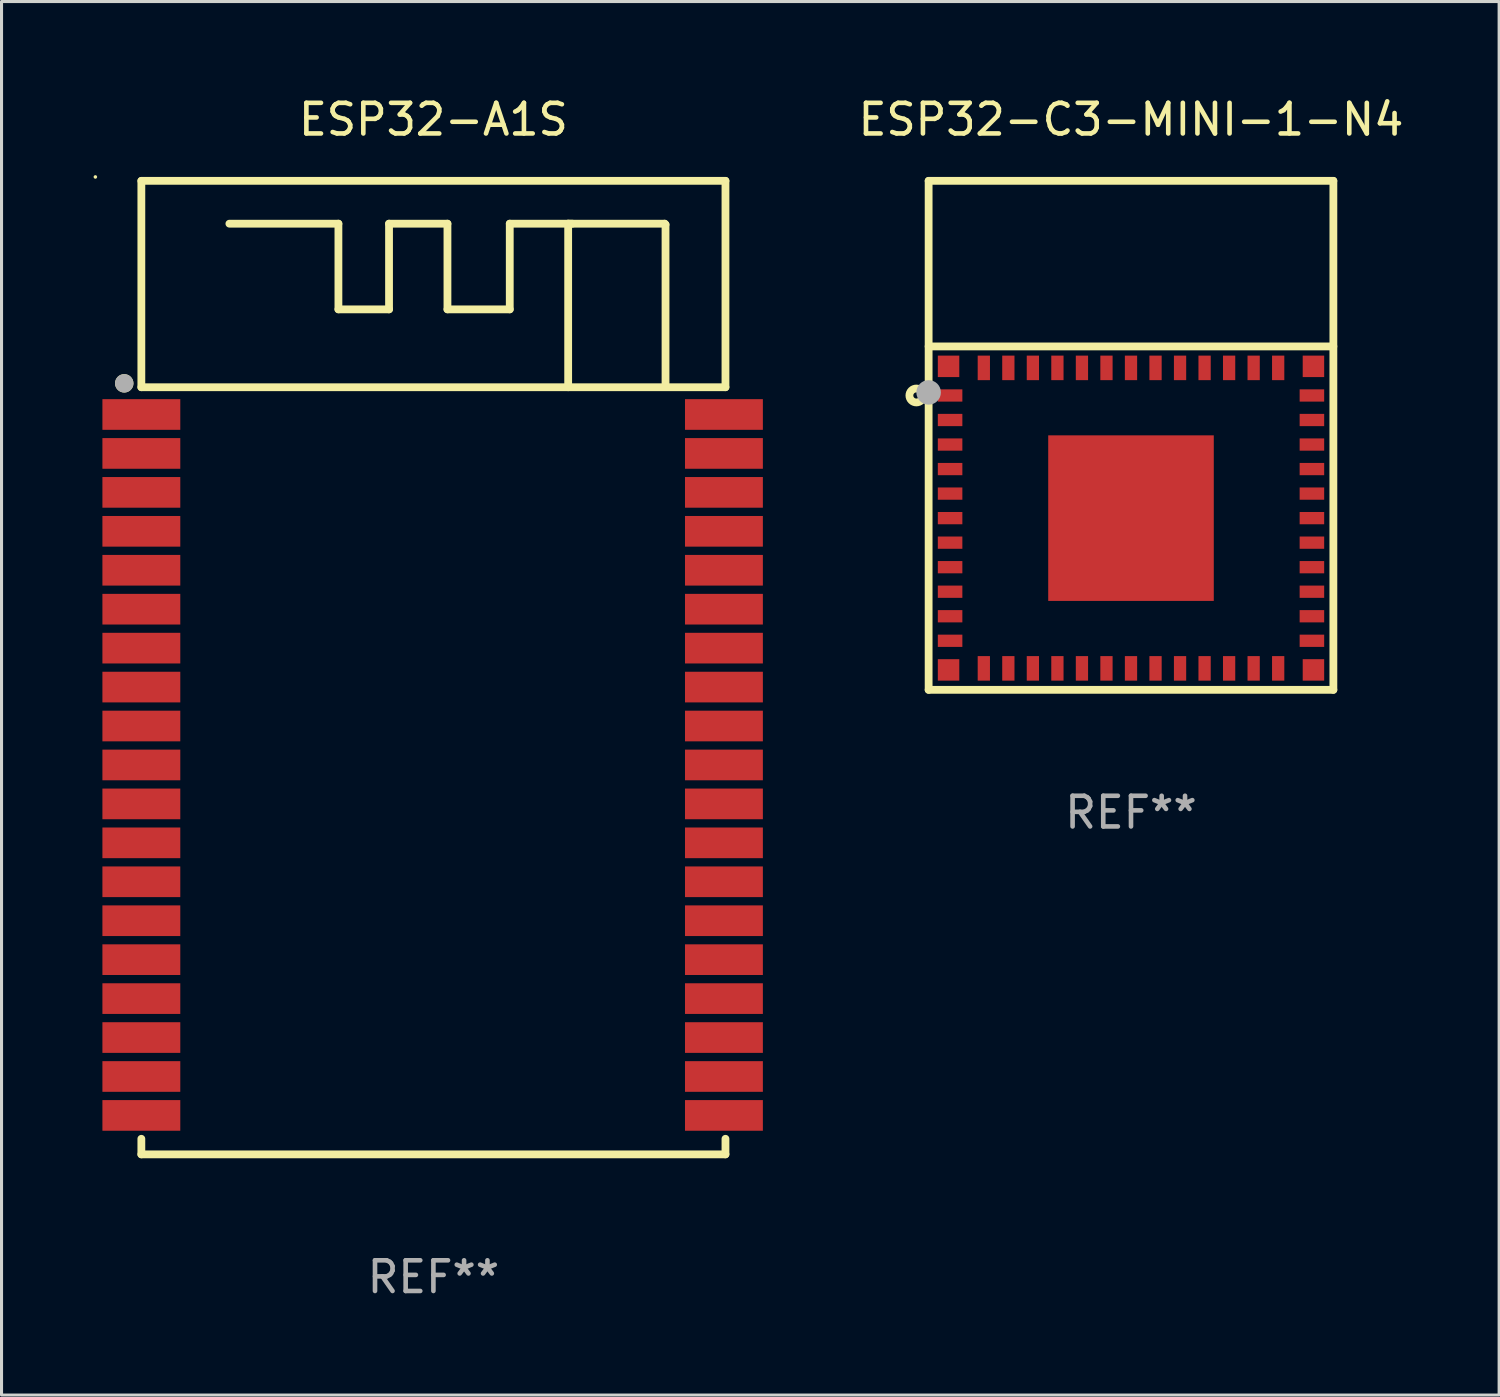
<source format=kicad_pcb>
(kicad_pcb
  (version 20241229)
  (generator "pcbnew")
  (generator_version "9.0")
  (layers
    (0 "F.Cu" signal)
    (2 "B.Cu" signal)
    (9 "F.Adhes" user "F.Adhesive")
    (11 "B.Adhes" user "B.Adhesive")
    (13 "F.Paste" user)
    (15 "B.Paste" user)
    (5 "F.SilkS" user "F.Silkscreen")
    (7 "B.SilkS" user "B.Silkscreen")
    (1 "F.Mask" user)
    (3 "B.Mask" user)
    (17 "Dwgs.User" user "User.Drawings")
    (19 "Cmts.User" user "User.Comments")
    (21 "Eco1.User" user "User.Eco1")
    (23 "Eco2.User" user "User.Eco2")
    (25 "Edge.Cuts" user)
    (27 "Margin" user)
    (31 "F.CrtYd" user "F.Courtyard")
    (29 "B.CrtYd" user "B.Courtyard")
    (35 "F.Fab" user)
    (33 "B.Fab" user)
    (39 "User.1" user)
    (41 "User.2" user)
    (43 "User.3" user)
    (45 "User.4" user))
  (footprint "ESP32-C3-MINI-1-N4"
    (layer "F.Cu")
    (at 33.836 11.148)
    (property "Reference" "ESP32-C3-MINI-1-N4" (at 0 -10.3 0) (layer "F.SilkS") (effects (font (size 1 1) (thickness 0.15))))
    (attr through_hole)
    (fp_line (start -6.6 -8.3) (end 6.6 -8.3) (stroke (width 0.254) (type solid)) (layer "F.SilkS"))
    (fp_line (start -6.6 8.3) (end -6.6 -8.3) (stroke (width 0.254) (type solid)) (layer "F.SilkS"))
    (fp_line (start -6.6 8.3) (end 6.6 8.3) (stroke (width 0.254) (type solid)) (layer "F.SilkS"))
    (fp_line (start 6.6 8.3) (end 6.6 -8.3) (stroke (width 0.254) (type solid)) (layer "F.SilkS"))
    (fp_line (start 6.6 -2.9) (end -6.6 -2.9) (stroke (width 0.254) (type solid)) (layer "F.SilkS"))
    (fp_circle (center -7 -1.3) (end -6.9 -1.3) (stroke (width 0.254) (type solid)) (fill no) (layer "F.SilkS"))
    (fp_circle (center -6.6 -8.3) (end -6.57 -8.3) (stroke (width 0.06) (type solid)) (fill no) (layer "F.SilkS"))
    (fp_circle (center -6.6 -1.4) (end -6.4 -1.4) (stroke (width 0.4) (type solid)) (fill no) (layer "F.Fab"))
    (fp_text user "REF**" (at 0 12.3 0) (layer "F.Fab") (effects (font (size 1 1) (thickness 0.15))))
    (pad "1" smd rect (at -5.9 -1.3 90) (size 0.4 0.8) (layers "F.Cu" "F.Mask" "F.Paste"))
    (pad "2" smd rect (at -5.9 -0.5 90) (size 0.4 0.8) (layers "F.Cu" "F.Mask" "F.Paste"))
    (pad "3" smd rect (at -5.9 0.3 90) (size 0.4 0.8) (layers "F.Cu" "F.Mask" "F.Paste"))
    (pad "4" smd rect (at -5.9 1.1 90) (size 0.4 0.8) (layers "F.Cu" "F.Mask" "F.Paste"))
    (pad "5" smd rect (at -5.9 1.9 90) (size 0.4 0.8) (layers "F.Cu" "F.Mask" "F.Paste"))
    (pad "6" smd rect (at -5.9 2.7 90) (size 0.4 0.8) (layers "F.Cu" "F.Mask" "F.Paste"))
    (pad "7" smd rect (at -5.9 3.5 90) (size 0.4 0.8) (layers "F.Cu" "F.Mask" "F.Paste"))
    (pad "8" smd rect (at -5.9 4.3 90) (size 0.4 0.8) (layers "F.Cu" "F.Mask" "F.Paste"))
    (pad "9" smd rect (at -5.9 5.1 90) (size 0.4 0.8) (layers "F.Cu" "F.Mask" "F.Paste"))
    (pad "10" smd rect (at -5.9 5.9 90) (size 0.4 0.8) (layers "F.Cu" "F.Mask" "F.Paste"))
    (pad "11" smd rect (at -5.9 6.7 90) (size 0.4 0.8) (layers "F.Cu" "F.Mask" "F.Paste"))
    (pad "12" smd rect (at -4.8 7.6 180) (size 0.4 0.8) (layers "F.Cu" "F.Mask" "F.Paste"))
    (pad "13" smd rect (at -4 7.6 180) (size 0.4 0.8) (layers "F.Cu" "F.Mask" "F.Paste"))
    (pad "14" smd rect (at -3.2 7.6 180) (size 0.4 0.8) (layers "F.Cu" "F.Mask" "F.Paste"))
    (pad "15" smd rect (at -2.4 7.6 180) (size 0.4 0.8) (layers "F.Cu" "F.Mask" "F.Paste"))
    (pad "16" smd rect (at -1.6 7.6 180) (size 0.4 0.8) (layers "F.Cu" "F.Mask" "F.Paste"))
    (pad "17" smd rect (at -0.8 7.6 180) (size 0.4 0.8) (layers "F.Cu" "F.Mask" "F.Paste"))
    (pad "18" smd rect (at 0 7.6 180) (size 0.4 0.8) (layers "F.Cu" "F.Mask" "F.Paste"))
    (pad "19" smd rect (at 0.8 7.6 180) (size 0.4 0.8) (layers "F.Cu" "F.Mask" "F.Paste"))
    (pad "20" smd rect (at 1.6 7.6 180) (size 0.4 0.8) (layers "F.Cu" "F.Mask" "F.Paste"))
    (pad "21" smd rect (at 2.4 7.6 180) (size 0.4 0.8) (layers "F.Cu" "F.Mask" "F.Paste"))
    (pad "22" smd rect (at 3.2 7.6 180) (size 0.4 0.8) (layers "F.Cu" "F.Mask" "F.Paste"))
    (pad "23" smd rect (at 4 7.6 180) (size 0.4 0.8) (layers "F.Cu" "F.Mask" "F.Paste"))
    (pad "24" smd rect (at 4.8 7.6 180) (size 0.4 0.8) (layers "F.Cu" "F.Mask" "F.Paste"))
    (pad "25" smd rect (at 5.9 6.7 270) (size 0.4 0.8) (layers "F.Cu" "F.Mask" "F.Paste"))
    (pad "26" smd rect (at 5.9 5.9 270) (size 0.4 0.8) (layers "F.Cu" "F.Mask" "F.Paste"))
    (pad "27" smd rect (at 5.9 5.1 270) (size 0.4 0.8) (layers "F.Cu" "F.Mask" "F.Paste"))
    (pad "28" smd rect (at 5.9 4.3 270) (size 0.4 0.8) (layers "F.Cu" "F.Mask" "F.Paste"))
    (pad "29" smd rect (at 5.9 3.5 270) (size 0.4 0.8) (layers "F.Cu" "F.Mask" "F.Paste"))
    (pad "30" smd rect (at 5.9 2.7 270) (size 0.4 0.8) (layers "F.Cu" "F.Mask" "F.Paste"))
    (pad "31" smd rect (at 5.9 1.9 270) (size 0.4 0.8) (layers "F.Cu" "F.Mask" "F.Paste"))
    (pad "32" smd rect (at 5.9 1.1 270) (size 0.4 0.8) (layers "F.Cu" "F.Mask" "F.Paste"))
    (pad "33" smd rect (at 5.9 0.3 270) (size 0.4 0.8) (layers "F.Cu" "F.Mask" "F.Paste"))
    (pad "34" smd rect (at 5.9 -0.5 270) (size 0.4 0.8) (layers "F.Cu" "F.Mask" "F.Paste"))
    (pad "35" smd rect (at 5.9 -1.3 270) (size 0.4 0.8) (layers "F.Cu" "F.Mask" "F.Paste"))
    (pad "36" smd rect (at 4.8 -2.2) (size 0.4 0.8) (layers "F.Cu" "F.Mask" "F.Paste"))
    (pad "37" smd rect (at 4 -2.2) (size 0.4 0.8) (layers "F.Cu" "F.Mask" "F.Paste"))
    (pad "38" smd rect (at 3.2 -2.2) (size 0.4 0.8) (layers "F.Cu" "F.Mask" "F.Paste"))
    (pad "39" smd rect (at 2.4 -2.2) (size 0.4 0.8) (layers "F.Cu" "F.Mask" "F.Paste"))
    (pad "40" smd rect (at 1.6 -2.2) (size 0.4 0.8) (layers "F.Cu" "F.Mask" "F.Paste"))
    (pad "41" smd rect (at 0.8 -2.2) (size 0.4 0.8) (layers "F.Cu" "F.Mask" "F.Paste"))
    (pad "42" smd rect (at 0 -2.2) (size 0.4 0.8) (layers "F.Cu" "F.Mask" "F.Paste"))
    (pad "43" smd rect (at -0.8 -2.2) (size 0.4 0.8) (layers "F.Cu" "F.Mask" "F.Paste"))
    (pad "44" smd rect (at -1.6 -2.2) (size 0.4 0.8) (layers "F.Cu" "F.Mask" "F.Paste"))
    (pad "45" smd rect (at -2.4 -2.2) (size 0.4 0.8) (layers "F.Cu" "F.Mask" "F.Paste"))
    (pad "46" smd rect (at -3.2 -2.2) (size 0.4 0.8) (layers "F.Cu" "F.Mask" "F.Paste"))
    (pad "47" smd rect (at -4 -2.2) (size 0.4 0.8) (layers "F.Cu" "F.Mask" "F.Paste"))
    (pad "48" smd rect (at -4.8 -2.2) (size 0.4 0.8) (layers "F.Cu" "F.Mask" "F.Paste"))
    (pad "49" smd rect (at 0 2.7) (size 5.4 5.4) (layers "F.Cu" "F.Mask" "F.Paste"))
    (pad "50" smd rect (at 5.95 -2.25) (size 0.7 0.7) (layers "F.Cu" "F.Mask" "F.Paste"))
    (pad "51" smd rect (at 5.95 7.65) (size 0.7 0.7) (layers "F.Cu" "F.Mask" "F.Paste"))
    (pad "52" smd rect (at -5.95 7.65) (size 0.7 0.7) (layers "F.Cu" "F.Mask" "F.Paste"))
    (pad "53" smd rect (at -5.95 -2.25) (size 0.7 0.7) (layers "F.Cu" "F.Mask" "F.Paste")))
  (footprint "ESP32-A1S"
    (layer "F.Cu")
    (at 11.085 18.723)
    (property "Reference" "ESP32-A1S" (at 0 -17.875 0) (layer "F.SilkS") (effects (font (size 1 1) (thickness 0.15))))
    (attr through_hole)
    (fp_line (start -9.525 -15.875) (end 9.525 -15.875) (stroke (width 0.254) (type solid)) (layer "F.SilkS"))
    (fp_line (start -9.525 -9.144) (end -9.525 -15.875) (stroke (width 0.254) (type solid)) (layer "F.SilkS"))
    (fp_line (start -9.525 -9.144) (end 9.525 -9.144) (stroke (width 0.254) (type solid)) (layer "F.SilkS"))
    (fp_line (start -9.525 15.367) (end -9.525 15.875) (stroke (width 0.254) (type solid)) (layer "F.SilkS"))
    (fp_line (start -9.525 15.875) (end 9.525 15.875) (stroke (width 0.254) (type solid)) (layer "F.SilkS"))
    (fp_line (start -3.098 -14.478) (end -6.654 -14.478) (stroke (width 0.254) (type solid)) (layer "F.SilkS"))
    (fp_line (start -3.098 -11.684) (end -3.098 -14.478) (stroke (width 0.254) (type solid)) (layer "F.SilkS"))
    (fp_line (start -1.447 -14.478) (end -1.447 -11.684) (stroke (width 0.254) (type solid)) (layer "F.SilkS"))
    (fp_line (start -1.447 -11.684) (end -3.098 -11.684) (stroke (width 0.254) (type solid)) (layer "F.SilkS"))
    (fp_line (start 0.458 -14.478) (end -1.447 -14.478) (stroke (width 0.254) (type solid)) (layer "F.SilkS"))
    (fp_line (start 0.458 -11.684) (end 0.458 -14.478) (stroke (width 0.254) (type solid)) (layer "F.SilkS"))
    (fp_line (start 2.49 -14.478) (end 2.49 -11.684) (stroke (width 0.254) (type solid)) (layer "F.SilkS"))
    (fp_line (start 2.49 -11.684) (end 0.458 -11.684) (stroke (width 0.254) (type solid)) (layer "F.SilkS"))
    (fp_line (start 4.395 -14.478) (end 4.395 -9.144) (stroke (width 0.254) (type solid)) (layer "F.SilkS"))
    (fp_line (start 4.531 -14.478) (end 2.49 -14.478) (stroke (width 0.254) (type solid)) (layer "F.SilkS"))
    (fp_line (start 7.542 -14.478) (end 4.395 -14.478) (stroke (width 0.254) (type solid)) (layer "F.SilkS"))
    (fp_line (start 7.57 -14.45) (end 7.542 -14.478) (stroke (width 0.254) (type solid)) (layer "F.SilkS"))
    (fp_line (start 7.57 -9.271) (end 7.57 -14.45) (stroke (width 0.254) (type solid)) (layer "F.SilkS"))
    (fp_line (start 9.525 -15.875) (end 9.525 -9.144) (stroke (width 0.254) (type solid)) (layer "F.SilkS"))
    (fp_line (start 9.525 15.875) (end 9.525 15.367) (stroke (width 0.254) (type solid)) (layer "F.SilkS"))
    (fp_circle (center -11.025 -16.002) (end -10.995 -16.002) (stroke (width 0.06) (type solid)) (fill no) (layer "F.SilkS"))
    (fp_circle (center -10.083 -9.271) (end -9.933 -9.271) (stroke (width 0.3) (type solid)) (fill no) (layer "F.SilkS"))
    (fp_circle (center -10.083 -9.271) (end -9.933 -9.271) (stroke (width 0.3) (type solid)) (fill no) (layer "F.Fab"))
    (fp_text user "REF**" (at 0 19.875 0) (layer "F.Fab") (effects (font (size 1 1) (thickness 0.15))))
    (pad "1" smd rect (at -9.525 -8.255) (size 2.54 1) (layers "F.Cu" "F.Mask" "F.Paste"))
    (pad "2" smd rect (at -9.525 -6.985) (size 2.54 1) (layers "F.Cu" "F.Mask" "F.Paste"))
    (pad "3" smd rect (at -9.525 -5.715) (size 2.54 1) (layers "F.Cu" "F.Mask" "F.Paste"))
    (pad "4" smd rect (at -9.525 -4.445) (size 2.54 1) (layers "F.Cu" "F.Mask" "F.Paste"))
    (pad "5" smd rect (at -9.525 -3.175) (size 2.54 1) (layers "F.Cu" "F.Mask" "F.Paste"))
    (pad "6" smd rect (at -9.525 -1.905) (size 2.54 1) (layers "F.Cu" "F.Mask" "F.Paste"))
    (pad "7" smd rect (at -9.525 -0.635) (size 2.54 1) (layers "F.Cu" "F.Mask" "F.Paste"))
    (pad "8" smd rect (at -9.525 0.635) (size 2.54 1) (layers "F.Cu" "F.Mask" "F.Paste"))
    (pad "9" smd rect (at -9.525 1.905) (size 2.54 1) (layers "F.Cu" "F.Mask" "F.Paste"))
    (pad "10" smd rect (at -9.525 3.175) (size 2.54 1) (layers "F.Cu" "F.Mask" "F.Paste"))
    (pad "11" smd rect (at -9.525 4.445) (size 2.54 1) (layers "F.Cu" "F.Mask" "F.Paste"))
    (pad "12" smd rect (at -9.525 5.715) (size 2.54 1) (layers "F.Cu" "F.Mask" "F.Paste"))
    (pad "13" smd rect (at -9.525 6.985) (size 2.54 1) (layers "F.Cu" "F.Mask" "F.Paste"))
    (pad "14" smd rect (at -9.525 8.255) (size 2.54 1) (layers "F.Cu" "F.Mask" "F.Paste"))
    (pad "15" smd rect (at -9.525 9.525) (size 2.54 1) (layers "F.Cu" "F.Mask" "F.Paste"))
    (pad "16" smd rect (at -9.525 10.795) (size 2.54 1) (layers "F.Cu" "F.Mask" "F.Paste"))
    (pad "17" smd rect (at -9.525 12.065) (size 2.54 1) (layers "F.Cu" "F.Mask" "F.Paste"))
    (pad "18" smd rect (at -9.525 13.335) (size 2.54 1) (layers "F.Cu" "F.Mask" "F.Paste"))
    (pad "19" smd rect (at -9.525 14.605) (size 2.54 1) (layers "F.Cu" "F.Mask" "F.Paste"))
    (pad "20" smd rect (at 9.475 14.605) (size 2.54 1) (layers "F.Cu" "F.Mask" "F.Paste"))
    (pad "21" smd rect (at 9.475 13.335) (size 2.54 1) (layers "F.Cu" "F.Mask" "F.Paste"))
    (pad "22" smd rect (at 9.475 12.065) (size 2.54 1) (layers "F.Cu" "F.Mask" "F.Paste"))
    (pad "23" smd rect (at 9.475 10.795) (size 2.54 1) (layers "F.Cu" "F.Mask" "F.Paste"))
    (pad "24" smd rect (at 9.475 9.525) (size 2.54 1) (layers "F.Cu" "F.Mask" "F.Paste"))
    (pad "25" smd rect (at 9.475 8.255) (size 2.54 1) (layers "F.Cu" "F.Mask" "F.Paste"))
    (pad "26" smd rect (at 9.475 6.985) (size 2.54 1) (layers "F.Cu" "F.Mask" "F.Paste"))
    (pad "27" smd rect (at 9.475 5.715) (size 2.54 1) (layers "F.Cu" "F.Mask" "F.Paste"))
    (pad "28" smd rect (at 9.475 4.445) (size 2.54 1) (layers "F.Cu" "F.Mask" "F.Paste"))
    (pad "29" smd rect (at 9.475 3.175) (size 2.54 1) (layers "F.Cu" "F.Mask" "F.Paste"))
    (pad "30" smd rect (at 9.475 1.905) (size 2.54 1) (layers "F.Cu" "F.Mask" "F.Paste"))
    (pad "31" smd rect (at 9.475 0.635) (size 2.54 1) (layers "F.Cu" "F.Mask" "F.Paste"))
    (pad "32" smd rect (at 9.475 -0.635) (size 2.54 1) (layers "F.Cu" "F.Mask" "F.Paste"))
    (pad "33" smd rect (at 9.475 -1.905) (size 2.54 1) (layers "F.Cu" "F.Mask" "F.Paste"))
    (pad "34" smd rect (at 9.475 -3.175) (size 2.54 1) (layers "F.Cu" "F.Mask" "F.Paste"))
    (pad "35" smd rect (at 9.475 -4.445) (size 2.54 1) (layers "F.Cu" "F.Mask" "F.Paste"))
    (pad "36" smd rect (at 9.475 -5.715) (size 2.54 1) (layers "F.Cu" "F.Mask" "F.Paste"))
    (pad "37" smd rect (at 9.475 -6.985) (size 2.54 1) (layers "F.Cu" "F.Mask" "F.Paste"))
    (pad "38" smd rect (at 9.475 -8.255) (size 2.54 1) (layers "F.Cu" "F.Mask" "F.Paste")))
  (gr_rect
    (start -3 -3)
    (end 45.842 42.447)
    (stroke (width 0.1) (type default))
    (fill no)
    (layer "Edge.Cuts")))
</source>
